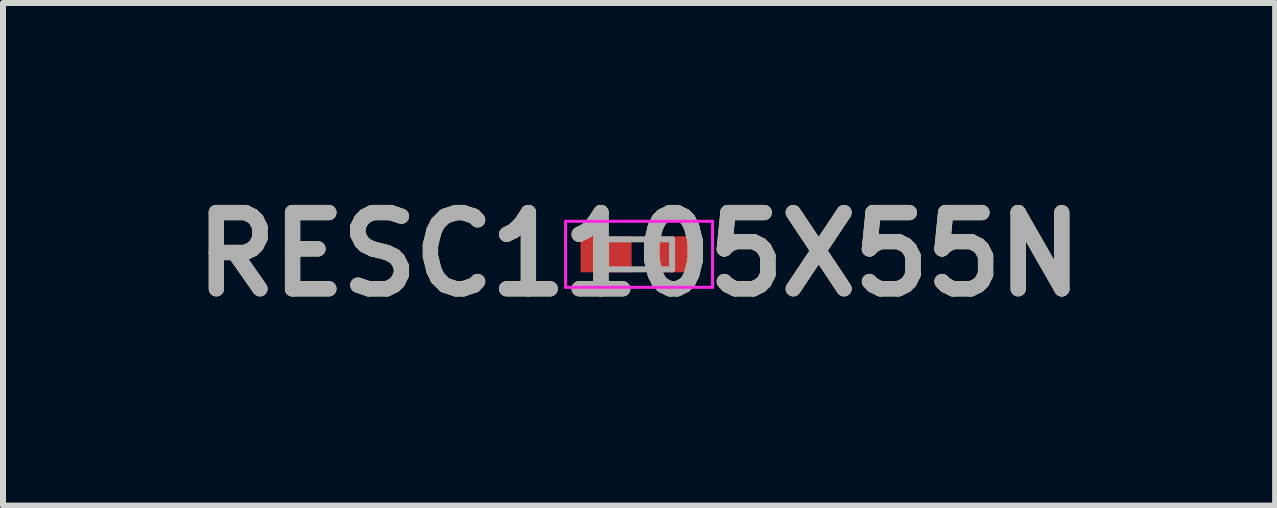
<source format=kicad_pcb>
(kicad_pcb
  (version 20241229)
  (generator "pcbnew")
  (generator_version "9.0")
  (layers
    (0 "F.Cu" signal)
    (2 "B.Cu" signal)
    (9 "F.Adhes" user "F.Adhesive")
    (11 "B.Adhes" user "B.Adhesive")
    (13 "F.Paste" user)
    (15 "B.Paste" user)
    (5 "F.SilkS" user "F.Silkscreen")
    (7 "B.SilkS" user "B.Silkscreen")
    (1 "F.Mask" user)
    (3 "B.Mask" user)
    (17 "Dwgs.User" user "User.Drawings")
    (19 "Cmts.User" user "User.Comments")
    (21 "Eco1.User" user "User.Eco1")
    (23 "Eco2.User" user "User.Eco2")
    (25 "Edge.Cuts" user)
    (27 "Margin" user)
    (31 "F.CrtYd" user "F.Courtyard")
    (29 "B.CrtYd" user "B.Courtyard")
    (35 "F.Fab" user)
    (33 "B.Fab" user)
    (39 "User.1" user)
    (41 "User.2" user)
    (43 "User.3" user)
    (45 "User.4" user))
  (footprint "RESC1105X55N"
    (layer "F.Cu")
    (at 7.602 1.189)
    (property "Reference" "RESC1105X55N" (at 0 0 0) (layer "F.SilkS") (effects (font (size 1.27 1.27) (thickness 0.254))))
    (attr smd)
    (fp_line (start -1.225 -0.55) (end 1.225 -0.55) (stroke (width 0.05) (type solid)) (layer "F.CrtYd"))
    (fp_line (start -1.225 0.55) (end -1.225 -0.55) (stroke (width 0.05) (type solid)) (layer "F.CrtYd"))
    (fp_line (start 1.225 -0.55) (end 1.225 0.55) (stroke (width 0.05) (type solid)) (layer "F.CrtYd"))
    (fp_line (start 1.225 0.55) (end -1.225 0.55) (stroke (width 0.05) (type solid)) (layer "F.CrtYd"))
    (fp_line (start -0.55 -0.25) (end 0.55 -0.25) (stroke (width 0.1) (type solid)) (layer "F.Fab"))
    (fp_line (start -0.55 0.25) (end -0.55 -0.25) (stroke (width 0.1) (type solid)) (layer "F.Fab"))
    (fp_line (start 0.55 -0.25) (end 0.55 0.25) (stroke (width 0.1) (type solid)) (layer "F.Fab"))
    (fp_line (start 0.55 0.25) (end -0.55 0.25) (stroke (width 0.1) (type solid)) (layer "F.Fab"))
    (fp_text user "${REFERENCE}" (at 0 0 0) (layer "F.Fab") (effects (font (size 1.27 1.27) (thickness 0.254))))
    (pad "1" smd rect (at -0.55 0 90) (size 0.6 0.85) (layers "F.Cu" "F.Mask" "F.Paste"))
    (pad "2" smd rect (at 0.55 0 90) (size 0.6 0.85) (layers "F.Cu" "F.Mask" "F.Paste")))
  (gr_rect
    (start -3 -3)
    (end 18.204 5.377)
    (stroke (width 0.1) (type default))
    (fill no)
    (layer "Edge.Cuts")))
</source>
